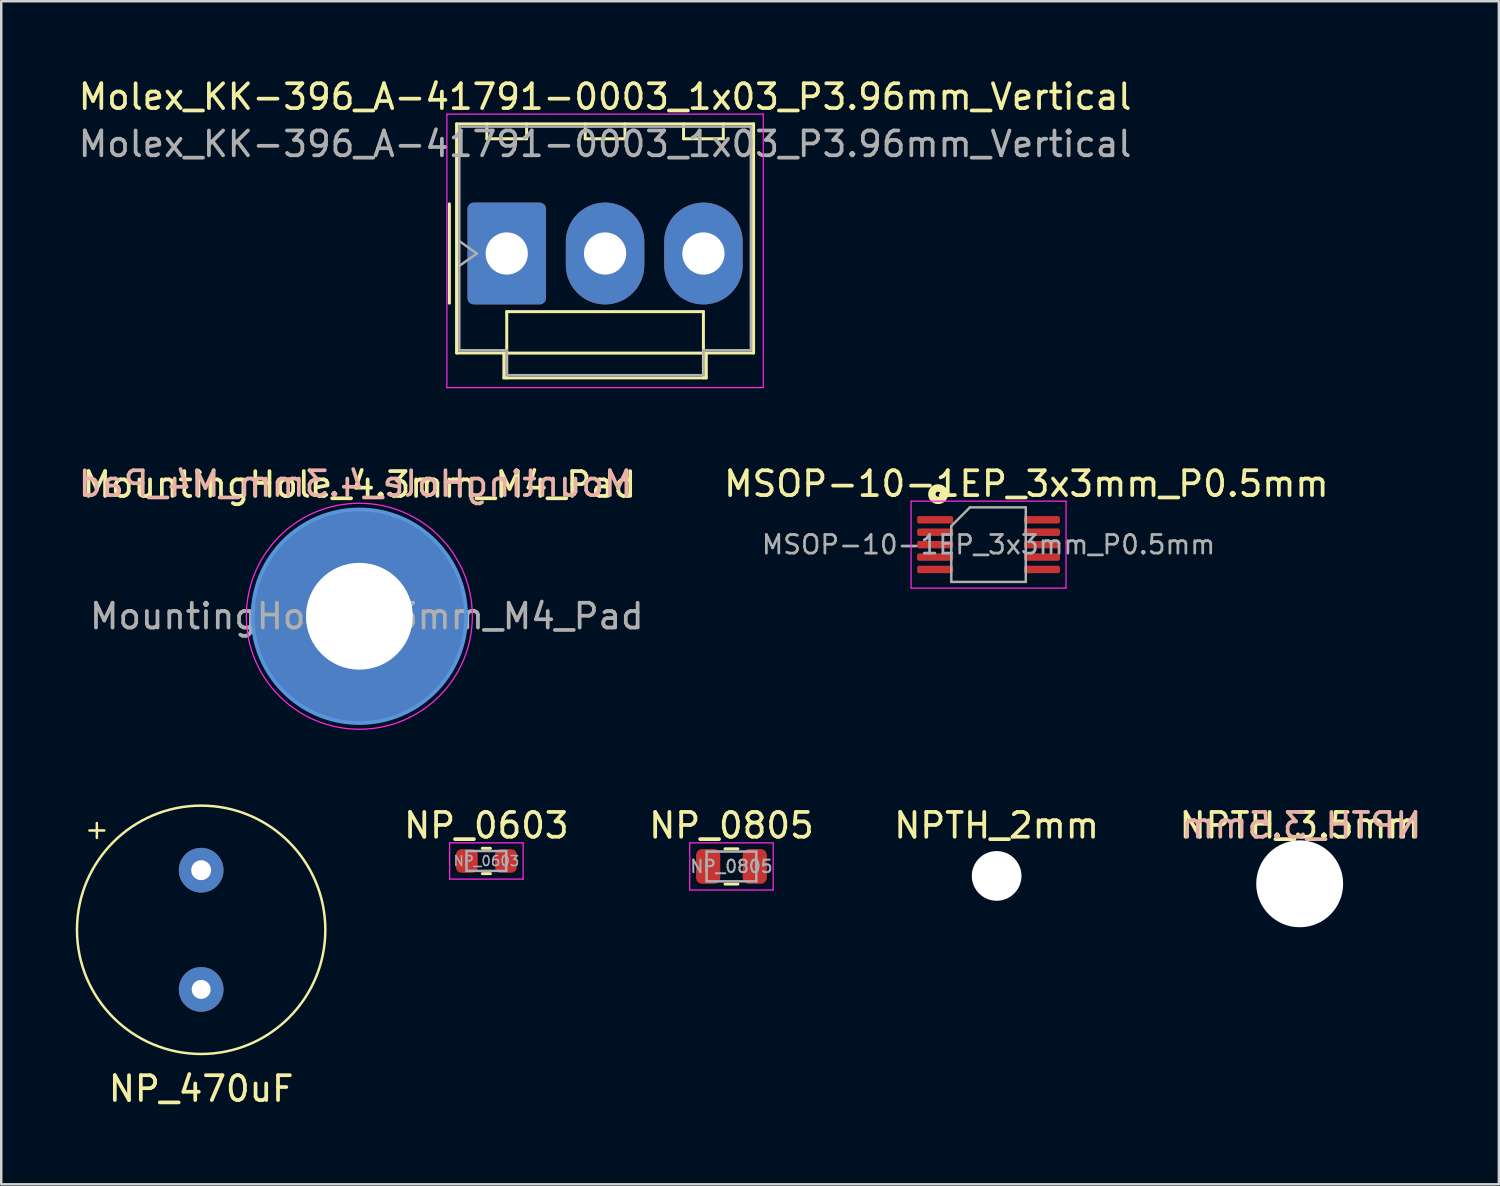
<source format=kicad_pcb>
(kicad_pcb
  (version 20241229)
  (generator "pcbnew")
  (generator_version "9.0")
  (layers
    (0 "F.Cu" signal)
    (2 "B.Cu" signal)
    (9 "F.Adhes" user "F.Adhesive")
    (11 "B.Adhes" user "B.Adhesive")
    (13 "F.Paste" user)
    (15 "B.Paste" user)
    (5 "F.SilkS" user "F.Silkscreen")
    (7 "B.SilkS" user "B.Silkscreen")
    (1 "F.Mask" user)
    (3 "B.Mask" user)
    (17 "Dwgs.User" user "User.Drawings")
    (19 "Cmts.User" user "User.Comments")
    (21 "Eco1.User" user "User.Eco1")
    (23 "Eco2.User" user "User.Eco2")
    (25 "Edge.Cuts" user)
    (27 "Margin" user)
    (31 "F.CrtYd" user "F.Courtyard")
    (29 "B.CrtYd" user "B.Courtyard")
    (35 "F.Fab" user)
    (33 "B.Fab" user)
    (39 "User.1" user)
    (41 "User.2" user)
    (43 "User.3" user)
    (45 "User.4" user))
  (footprint "NPTH_2mm"
    (layer "F.Cu")
    (at 37.082 32.221)
    (property "Reference" "NPTH_2mm" (at 0 -2.032 0) (layer "F.SilkS") (effects (font (size 1 1) (thickness 0.15))))
    (attr through_hole)
    (pad "" np_thru_hole circle (at 0 0) (size 2 2) (drill 2) (layers "*.Cu" "*.Mask")))
  (footprint "NP_0603"
    (layer "F.Cu")
    (at 16.535 31.619)
    (property "Reference" "NP_0603" (at 0 -1.43 0) (layer "F.SilkS") (effects (font (size 1 1) (thickness 0.15))))
    (attr smd)
    (fp_line (start -0.163 -0.51) (end 0.163 -0.51) (stroke (width 0.12) (type solid)) (layer "F.SilkS"))
    (fp_line (start -0.163 0.51) (end 0.163 0.51) (stroke (width 0.12) (type solid)) (layer "F.SilkS"))
    (fp_line (start -1.48 -0.73) (end 1.48 -0.73) (stroke (width 0.05) (type solid)) (layer "F.CrtYd"))
    (fp_line (start -1.48 0.73) (end -1.48 -0.73) (stroke (width 0.05) (type solid)) (layer "F.CrtYd"))
    (fp_line (start 1.48 -0.73) (end 1.48 0.73) (stroke (width 0.05) (type solid)) (layer "F.CrtYd"))
    (fp_line (start 1.48 0.73) (end -1.48 0.73) (stroke (width 0.05) (type solid)) (layer "F.CrtYd"))
    (fp_line (start -0.8 -0.4) (end 0.8 -0.4) (stroke (width 0.1) (type solid)) (layer "F.Fab"))
    (fp_line (start -0.8 0.4) (end -0.8 -0.4) (stroke (width 0.1) (type solid)) (layer "F.Fab"))
    (fp_line (start 0.8 -0.4) (end 0.8 0.4) (stroke (width 0.1) (type solid)) (layer "F.Fab"))
    (fp_line (start 0.8 0.4) (end -0.8 0.4) (stroke (width 0.1) (type solid)) (layer "F.Fab"))
    (fp_text user "${REFERENCE}" (at 0 0 0) (layer "F.Fab") (effects (font (size 0.4 0.4) (thickness 0.06))))
    (pad "1" smd roundrect (at -0.787 0) (size 0.875 0.95) (layers "F.Cu" "F.Mask" "F.Paste") (roundrect_rratio 0.25))
    (pad "2" smd roundrect (at 0.787 0) (size 0.875 0.95) (layers "F.Cu" "F.Mask" "F.Paste") (roundrect_rratio 0.25)))
  (footprint "MountingHole_4.3mm_M4_Pad"
    (layer "F.Cu")
    (at 11.42 21.765)
    (property "Reference" "MountingHole_4.3mm_M4_Pad" (at 0 -5.3 0) (layer "F.SilkS") (effects (font (size 1 1) (thickness 0.15))))
    (attr exclude_from_pos_files exclude_from_bom)
    (fp_circle (center 0 0) (end 4.3 0) (stroke (width 0.15) (type solid)) (fill no) (layer "Cmts.User"))
    (fp_circle (center 0 0) (end 4.55 0) (stroke (width 0.05) (type solid)) (fill no) (layer "F.CrtYd"))
    (fp_text user "${REFERENCE}" (at -0.152 -5.334 0) (layer "B.SilkS") (effects (font (size 1 1) (thickness 0.15)) (justify mirror)))
    (fp_text user "${REFERENCE}" (at 0.3 0 0) (layer "F.Fab") (effects (font (size 1 1) (thickness 0.15))))
    (pad "1" thru_hole circle (at 0 0) (size 8.6 8.6) (drill 4.3) (layers "*.Cu" "*.Mask")))
  (footprint "Molex_KK-396_A-41791-0003_1x03_P3.96mm_Vertical"
    (layer "F.Cu")
    (at 17.355 7.158)
    (property "Reference" "Molex_KK-396_A-41791-0003_1x03_P3.96mm_Vertical" (at 3.96 -6.31 0) (layer "F.SilkS") (effects (font (size 1 1) (thickness 0.15))))
    (attr through_hole)
    (fp_line (start -2.31 -2) (end -2.31 2) (stroke (width 0.12) (type solid)) (layer "F.SilkS"))
    (fp_line (start -2.02 -5.22) (end 9.94 -5.22) (stroke (width 0.12) (type solid)) (layer "F.SilkS"))
    (fp_line (start -2.02 4.005) (end -2.02 -5.22) (stroke (width 0.12) (type solid)) (layer "F.SilkS"))
    (fp_line (start -0.8 -5.22) (end -0.8 -4.62) (stroke (width 0.12) (type solid)) (layer "F.SilkS"))
    (fp_line (start -0.8 -4.62) (end 0.8 -4.62) (stroke (width 0.12) (type solid)) (layer "F.SilkS"))
    (fp_line (start -0.115 4.005) (end -2.02 4.005) (stroke (width 0.12) (type solid)) (layer "F.SilkS"))
    (fp_line (start -0.115 5.01) (end -0.115 4.005) (stroke (width 0.12) (type solid)) (layer "F.SilkS"))
    (fp_line (start 0 2.34) (end 7.92 2.34) (stroke (width 0.12) (type solid)) (layer "F.SilkS"))
    (fp_line (start 0 4.01) (end 0 2.34) (stroke (width 0.12) (type solid)) (layer "F.SilkS"))
    (fp_line (start 0 4.01) (end 7.92 4.01) (stroke (width 0.12) (type solid)) (layer "F.SilkS"))
    (fp_line (start 0 5.01) (end 0 4.01) (stroke (width 0.12) (type solid)) (layer "F.SilkS"))
    (fp_line (start 0.8 -4.62) (end 0.8 -5.22) (stroke (width 0.12) (type solid)) (layer "F.SilkS"))
    (fp_line (start 3.16 -5.22) (end 3.16 -4.62) (stroke (width 0.12) (type solid)) (layer "F.SilkS"))
    (fp_line (start 3.16 -4.62) (end 4.76 -4.62) (stroke (width 0.12) (type solid)) (layer "F.SilkS"))
    (fp_line (start 4.76 -4.62) (end 4.76 -5.22) (stroke (width 0.12) (type solid)) (layer "F.SilkS"))
    (fp_line (start 7.12 -5.22) (end 7.12 -4.62) (stroke (width 0.12) (type solid)) (layer "F.SilkS"))
    (fp_line (start 7.12 -4.62) (end 8.72 -4.62) (stroke (width 0.12) (type solid)) (layer "F.SilkS"))
    (fp_line (start 7.92 2.34) (end 7.92 4.01) (stroke (width 0.12) (type solid)) (layer "F.SilkS"))
    (fp_line (start 7.92 4.01) (end 7.92 5.01) (stroke (width 0.12) (type solid)) (layer "F.SilkS"))
    (fp_line (start 8.035 4.005) (end 8.035 5.01) (stroke (width 0.12) (type solid)) (layer "F.SilkS"))
    (fp_line (start 8.035 5.01) (end -0.115 5.01) (stroke (width 0.12) (type solid)) (layer "F.SilkS"))
    (fp_line (start 8.72 -4.62) (end 8.72 -5.22) (stroke (width 0.12) (type solid)) (layer "F.SilkS"))
    (fp_line (start 9.94 -5.22) (end 9.94 4.005) (stroke (width 0.12) (type solid)) (layer "F.SilkS"))
    (fp_line (start 9.94 4.005) (end 8.035 4.005) (stroke (width 0.12) (type solid)) (layer "F.SilkS"))
    (fp_line (start -2.41 -5.61) (end -2.41 5.4) (stroke (width 0.05) (type solid)) (layer "F.CrtYd"))
    (fp_line (start -2.41 5.4) (end 10.33 5.4) (stroke (width 0.05) (type solid)) (layer "F.CrtYd"))
    (fp_line (start 10.33 -5.61) (end -2.41 -5.61) (stroke (width 0.05) (type solid)) (layer "F.CrtYd"))
    (fp_line (start 10.33 5.4) (end 10.33 -5.61) (stroke (width 0.05) (type solid)) (layer "F.CrtYd"))
    (fp_line (start -1.91 -5.11) (end 9.83 -5.11) (stroke (width 0.1) (type solid)) (layer "F.Fab"))
    (fp_line (start -1.91 -0.5) (end -1.203 0) (stroke (width 0.1) (type solid)) (layer "F.Fab"))
    (fp_line (start -1.91 3.895) (end -1.91 -5.11) (stroke (width 0.1) (type solid)) (layer "F.Fab"))
    (fp_line (start -1.203 0) (end -1.91 0.5) (stroke (width 0.1) (type solid)) (layer "F.Fab"))
    (fp_line (start -0.005 3.895) (end -1.91 3.895) (stroke (width 0.1) (type solid)) (layer "F.Fab"))
    (fp_line (start -0.005 4.9) (end -0.005 3.895) (stroke (width 0.1) (type solid)) (layer "F.Fab"))
    (fp_line (start 7.925 3.895) (end 7.925 4.9) (stroke (width 0.1) (type solid)) (layer "F.Fab"))
    (fp_line (start 7.925 4.9) (end -0.005 4.9) (stroke (width 0.1) (type solid)) (layer "F.Fab"))
    (fp_line (start 9.83 -5.11) (end 9.83 3.895) (stroke (width 0.1) (type solid)) (layer "F.Fab"))
    (fp_line (start 9.83 3.895) (end 7.925 3.895) (stroke (width 0.1) (type solid)) (layer "F.Fab"))
    (fp_text user "${REFERENCE}" (at 3.96 -4.41 0) (layer "F.Fab") (effects (font (size 1 1) (thickness 0.15))))
    (pad "1" thru_hole roundrect (at 0 0) (size 3.16 4.1) (drill 1.7) (layers "*.Cu" "*.Mask") (roundrect_rratio 0.079))
    (pad "2" thru_hole oval (at 3.96 0) (size 3.16 4.1) (drill 1.7) (layers "*.Cu" "*.Mask"))
    (pad "3" thru_hole oval (at 7.92 0) (size 3.16 4.1) (drill 1.7) (layers "*.Cu" "*.Mask")))
  (footprint "NP_0805"
    (layer "F.Cu")
    (at 26.404 31.839)
    (property "Reference" "NP_0805" (at 0 -1.65 0) (layer "F.SilkS") (effects (font (size 1 1) (thickness 0.15))))
    (attr smd)
    (fp_line (start -0.259 -0.71) (end 0.259 -0.71) (stroke (width 0.12) (type solid)) (layer "F.SilkS"))
    (fp_line (start -0.259 0.71) (end 0.259 0.71) (stroke (width 0.12) (type solid)) (layer "F.SilkS"))
    (fp_line (start -1.68 -0.95) (end 1.68 -0.95) (stroke (width 0.05) (type solid)) (layer "F.CrtYd"))
    (fp_line (start -1.68 0.95) (end -1.68 -0.95) (stroke (width 0.05) (type solid)) (layer "F.CrtYd"))
    (fp_line (start 1.68 -0.95) (end 1.68 0.95) (stroke (width 0.05) (type solid)) (layer "F.CrtYd"))
    (fp_line (start 1.68 0.95) (end -1.68 0.95) (stroke (width 0.05) (type solid)) (layer "F.CrtYd"))
    (fp_line (start -1 -0.6) (end 1 -0.6) (stroke (width 0.1) (type solid)) (layer "F.Fab"))
    (fp_line (start -1 0.6) (end -1 -0.6) (stroke (width 0.1) (type solid)) (layer "F.Fab"))
    (fp_line (start 1 -0.6) (end 1 0.6) (stroke (width 0.1) (type solid)) (layer "F.Fab"))
    (fp_line (start 1 0.6) (end -1 0.6) (stroke (width 0.1) (type solid)) (layer "F.Fab"))
    (fp_text user "${REFERENCE}" (at 0 0 0) (layer "F.Fab") (effects (font (size 0.5 0.5) (thickness 0.08))))
    (pad "1" smd roundrect (at -0.938 0) (size 0.975 1.4) (layers "F.Cu" "F.Mask" "F.Paste") (roundrect_rratio 0.25))
    (pad "2" smd roundrect (at 0.938 0) (size 0.975 1.4) (layers "F.Cu" "F.Mask" "F.Paste") (roundrect_rratio 0.25)))
  (footprint "MSOP-10-1EP_3x3mm_P0.5mm"
    (layer "F.Cu")
    (at 36.756 18.881)
    (property "Reference" "MSOP-10-1EP_3x3mm_P0.5mm" (at 1.524 -2.45 0) (layer "F.SilkS") (effects (font (size 1 1) (thickness 0.15))))
    (attr smd)
    (fp_circle (center -2.032 -2.032) (end -1.932 -2.032) (stroke (width 0.3) (type solid)) (fill no) (layer "F.SilkS"))
    (fp_line (start -3.12 -1.75) (end -3.12 1.75) (stroke (width 0.05) (type solid)) (layer "F.CrtYd"))
    (fp_line (start -3.12 1.75) (end 3.12 1.75) (stroke (width 0.05) (type solid)) (layer "F.CrtYd"))
    (fp_line (start 3.12 -1.75) (end -3.12 -1.75) (stroke (width 0.05) (type solid)) (layer "F.CrtYd"))
    (fp_line (start 3.12 1.75) (end 3.12 -1.75) (stroke (width 0.05) (type solid)) (layer "F.CrtYd"))
    (fp_line (start -1.5 -0.75) (end -0.75 -1.5) (stroke (width 0.1) (type solid)) (layer "F.Fab"))
    (fp_line (start -1.5 1.5) (end -1.5 -0.75) (stroke (width 0.1) (type solid)) (layer "F.Fab"))
    (fp_line (start -0.75 -1.5) (end 1.5 -1.5) (stroke (width 0.1) (type solid)) (layer "F.Fab"))
    (fp_line (start 1.5 -1.5) (end 1.5 1.5) (stroke (width 0.1) (type solid)) (layer "F.Fab"))
    (fp_line (start 1.5 1.5) (end -1.5 1.5) (stroke (width 0.1) (type solid)) (layer "F.Fab"))
    (fp_text user "${REFERENCE}" (at 0 0 0) (layer "F.Fab") (effects (font (size 0.75 0.75) (thickness 0.11))))
    (pad "1" smd roundrect (at -2.15 -1) (size 1.45 0.3) (layers "F.Cu" "F.Mask" "F.Paste") (roundrect_rratio 0.25))
    (pad "2" smd roundrect (at -2.15 -0.5) (size 1.45 0.3) (layers "F.Cu" "F.Mask" "F.Paste") (roundrect_rratio 0.25))
    (pad "3" smd roundrect (at -2.15 0) (size 1.45 0.3) (layers "F.Cu" "F.Mask" "F.Paste") (roundrect_rratio 0.25))
    (pad "4" smd roundrect (at -2.15 0.5) (size 1.45 0.3) (layers "F.Cu" "F.Mask" "F.Paste") (roundrect_rratio 0.25))
    (pad "5" smd roundrect (at -2.15 1) (size 1.45 0.3) (layers "F.Cu" "F.Mask" "F.Paste") (roundrect_rratio 0.25))
    (pad "6" smd roundrect (at 2.15 1) (size 1.45 0.3) (layers "F.Cu" "F.Mask" "F.Paste") (roundrect_rratio 0.25))
    (pad "7" smd roundrect (at 2.15 0.5) (size 1.45 0.3) (layers "F.Cu" "F.Mask" "F.Paste") (roundrect_rratio 0.25))
    (pad "8" smd roundrect (at 2.15 0) (size 1.45 0.3) (layers "F.Cu" "F.Mask" "F.Paste") (roundrect_rratio 0.25))
    (pad "9" smd roundrect (at 2.15 -0.5) (size 1.45 0.3) (layers "F.Cu" "F.Mask" "F.Paste") (roundrect_rratio 0.25))
    (pad "10" smd roundrect (at 2.15 -1) (size 1.45 0.3) (layers "F.Cu" "F.Mask" "F.Paste") (roundrect_rratio 0.25)))
  (footprint "NP_470uF"
    (layer "F.Cu")
    (at 5.05 34.391)
    (property "Reference" "NP_470uF" (at 0 6.4 0) (layer "F.SilkS") (effects (font (size 1 1) (thickness 0.15))))
    (attr through_hole)
    (fp_line (start -4.5 -4) (end -3.9 -4) (stroke (width 0.1) (type solid)) (layer "F.SilkS"))
    (fp_line (start -4.2 -3.7) (end -4.2 -4.3) (stroke (width 0.1) (type solid)) (layer "F.SilkS"))
    (fp_circle (center 0 0) (end 0 -5) (stroke (width 0.1) (type solid)) (fill no) (layer "F.SilkS"))
    (pad "1" thru_hole circle (at 0 -2.4) (size 1.8 1.8) (drill 0.8) (layers "*.Cu" "*.Mask"))
    (pad "2" thru_hole circle (at 0 2.4) (size 1.8 1.8) (drill 0.762) (layers "*.Cu" "*.Mask")))
  (footprint "NPTH_3.5mm"
    (layer "F.Cu")
    (at 49.285 32.538)
    (property "Reference" "NPTH_3.5mm" (at 0 -2.349 0) (layer "F.SilkS") (effects (font (size 1 1) (thickness 0.15))))
    (attr through_hole)
    (fp_text user "${REFERENCE}" (at 0.064 -2.349 0) (layer "B.SilkS") (effects (font (size 1 1) (thickness 0.15)) (justify mirror)))
    (pad "" np_thru_hole circle (at 0 0) (size 3.5 3.5) (drill 3.5) (layers "*.Cu" "*.Mask")))
  (gr_rect
    (start -3 -3)
    (end 57.306 44.639)
    (stroke (width 0.1) (type default))
    (fill no)
    (layer "Edge.Cuts")))
</source>
